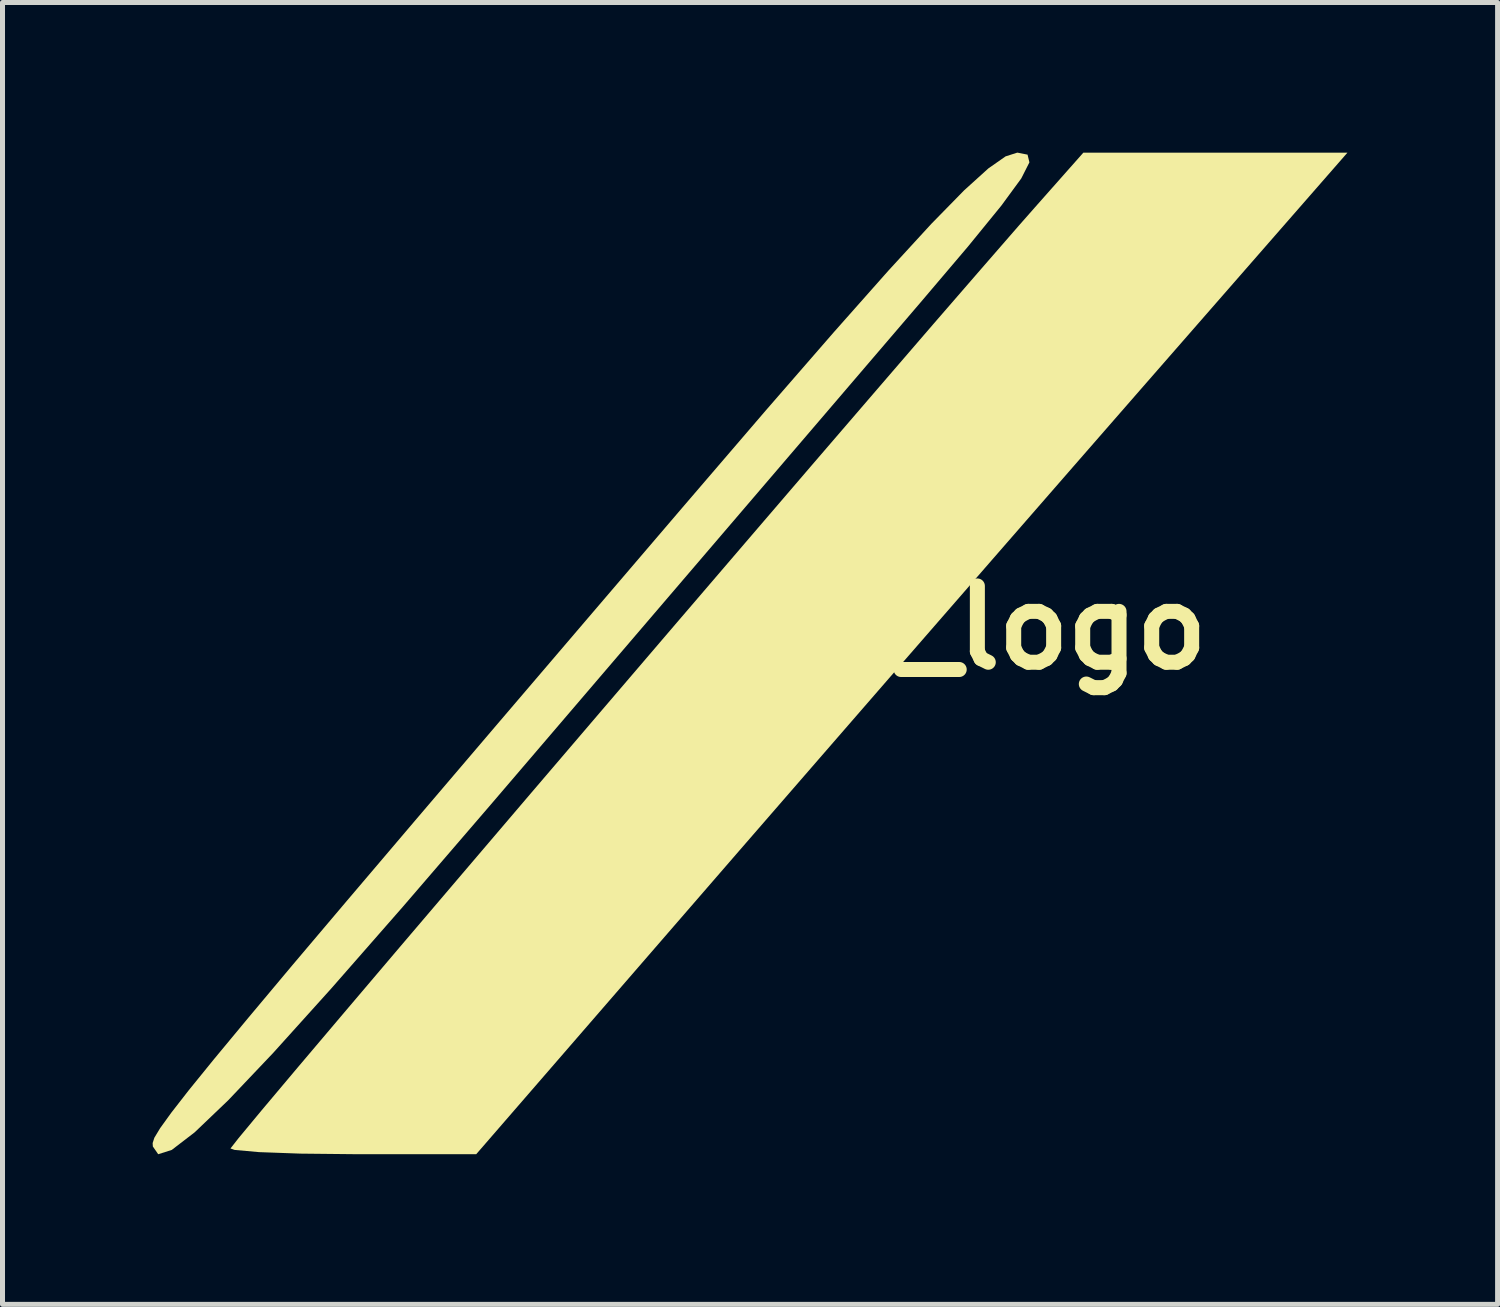
<source format=kicad_pcb>
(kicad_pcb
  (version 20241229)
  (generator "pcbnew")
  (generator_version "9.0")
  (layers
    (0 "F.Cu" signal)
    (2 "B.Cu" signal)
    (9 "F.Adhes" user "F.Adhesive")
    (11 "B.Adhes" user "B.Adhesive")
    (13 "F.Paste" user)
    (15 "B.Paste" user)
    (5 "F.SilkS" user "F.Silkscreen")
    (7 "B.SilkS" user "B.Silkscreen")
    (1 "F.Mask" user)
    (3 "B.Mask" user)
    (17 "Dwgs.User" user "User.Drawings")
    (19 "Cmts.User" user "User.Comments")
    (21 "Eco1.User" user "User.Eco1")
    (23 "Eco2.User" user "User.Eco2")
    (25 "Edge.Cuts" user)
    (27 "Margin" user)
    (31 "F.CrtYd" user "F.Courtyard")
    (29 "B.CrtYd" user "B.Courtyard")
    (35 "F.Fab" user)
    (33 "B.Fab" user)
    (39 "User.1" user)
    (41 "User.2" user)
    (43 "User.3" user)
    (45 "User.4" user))
  (footprint "VR_logo"
    (layer "F.Cu")
    (at 16.588 9.493)
    (property "Reference" "VR_logo" (at 0 0 0) (layer "F.SilkS") (effects (font (size 1.524 1.524) (thickness 0.3))))
    (attr board_only exclude_from_pos_files exclude_from_bom)
    (fp_poly (pts (xy 3.196 -4.811) (xy 1.807 -3.219) (xy 0.194 -1.368) (xy -1.53 0.613) (xy -3.251 2.594) (xy -4.858 4.445) (xy -5.508 5.195) (xy -10.122 10.519) (xy -12.577 10.519) (xy -13.634 10.508) (xy -14.462 10.478) (xy -14.95 10.434) (xy -15.033 10.405) (xy -14.871 10.198) (xy -14.413 9.646) (xy -13.697 8.795) (xy -12.762 7.691) (xy -11.648 6.379) (xy -10.394 4.907) (xy -9.04 3.319) (xy -7.623 1.661) (xy -6.184 -0.021) (xy -4.762 -1.68) (xy -3.396 -3.272) (xy -2.124 -4.75) (xy -0.988 -6.068) (xy -0.024 -7.18) (xy 0.726 -8.042) (xy 1.044 -8.403) (xy 2.009 -9.493) (xy 7.286 -9.493)) (stroke (width 0) (type solid)) (fill yes) (layer "F.SilkS"))
    (fp_poly (pts (xy 0.894 -9.453) (xy 0.931 -9.299) (xy 0.768 -8.977) (xy 0.37 -8.434) (xy -0.297 -7.616) (xy -1.27 -6.47) (xy -1.349 -6.378) (xy -2.183 -5.404) (xy -3.286 -4.115) (xy -4.595 -2.586) (xy -6.044 -0.893) (xy -7.568 0.888) (xy -9.102 2.681) (xy -9.856 3.562) (xy -11.59 5.577) (xy -13.024 7.214) (xy -14.179 8.495) (xy -15.08 9.444) (xy -15.748 10.082) (xy -16.206 10.434) (xy -16.477 10.52) (xy -16.584 10.365) (xy -16.588 10.297) (xy -16.554 10.191) (xy -16.438 9.999) (xy -16.216 9.691) (xy -15.865 9.24) (xy -15.361 8.619) (xy -14.68 7.798) (xy -13.801 6.749) (xy -12.698 5.446) (xy -11.349 3.859) (xy -9.73 1.96) (xy -7.818 -0.278) (xy -5.994 -2.411) (xy -4.339 -4.339) (xy -2.98 -5.902) (xy -1.887 -7.135) (xy -1.029 -8.07) (xy -0.373 -8.74) (xy 0.111 -9.178) (xy 0.454 -9.418) (xy 0.688 -9.493) (xy 0.692 -9.493)) (stroke (width 0) (type solid)) (fill yes) (layer "F.SilkS")))
  (gr_rect
    (start -3 -3)
    (end 26.874 23.013)
    (stroke (width 0.1) (type default))
    (fill no)
    (layer "Edge.Cuts")))
</source>
